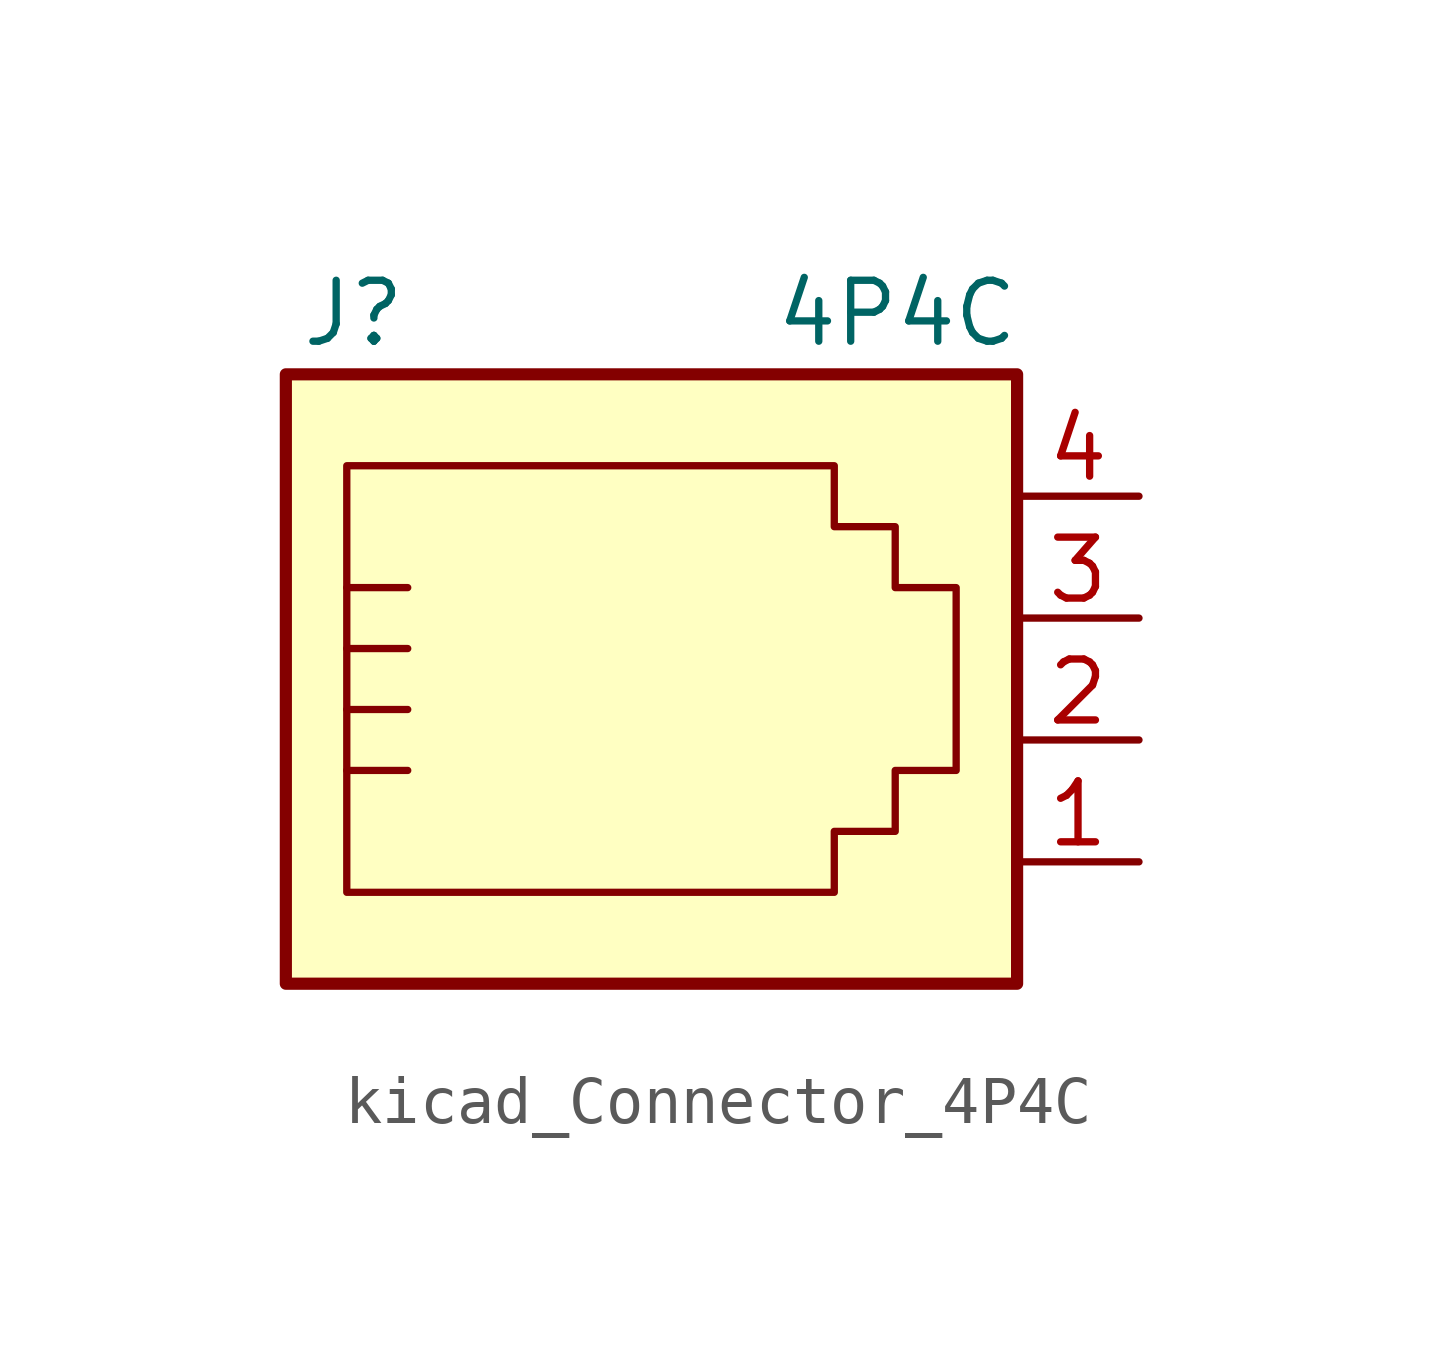
<source format=kicad_sym>
(kicad_symbol_lib
  (version 20220914)
  (generator kicad_symbol_editor)
  (symbol "kicad_Connector_4P4C"
    (pin_names
      (offset 1.016))
    (property "Reference" "J"
      (at -5.08 8.89 0)
      (effects (font (size 1.27 1.27)) (justify right)))
    (property "Value" "4P4C"
      (at 2.54 8.89 0)
      (effects (font (size 1.27 1.27)) (justify left)))
    (symbol "kicad_Connector_4P4C_0_1"
      (polyline (pts (xy -6.35 -0.635) (xy -5.08 -0.635) (xy -5.08 -0.635)) (stroke (width 0) (type default)) (fill (type none)))
      (polyline (pts (xy -6.35 0.635) (xy -5.08 0.635) (xy -5.08 0.635)) (stroke (width 0) (type default)) (fill (type none)))
      (polyline (pts (xy -6.35 1.905) (xy -5.08 1.905) (xy -5.08 1.905)) (stroke (width 0) (type default)) (fill (type none)))
      (polyline (pts (xy -6.35 3.175) (xy -5.08 3.175) (xy -5.08 3.175)) (stroke (width 0) (type default)) (fill (type none)))
      (polyline (pts (xy -6.35 -3.175) (xy -6.35 5.715) (xy -1.27 5.715) (xy 3.81 5.715) (xy 3.81 4.445) (xy 5.08 4.445) (xy 5.08 3.175) (xy 6.35 3.175) (xy 6.35 -0.635) (xy 5.08 -0.635) (xy 5.08 -1.905) (xy 3.81 -1.905) (xy 3.81 -3.175) (xy -6.35 -3.175) (xy -6.35 -3.175)) (stroke (width 0) (type default)) (fill (type none)))
      (rectangle (start 7.62 7.62) (end -7.62 -5.08) (stroke (width 0.254) (type default)) (fill (type background))))
    (symbol "kicad_Connector_4P4C_1_1"
      (pin passive line (at 10.16 -2.54 180) (length 2.54) (name "~" (effects (font (size 1.27 1.27)))) (number "1" (effects (font (size 1.27 1.27)))))
      (pin passive line (at 10.16 0 180) (length 2.54) (name "~" (effects (font (size 1.27 1.27)))) (number "2" (effects (font (size 1.27 1.27)))))
      (pin passive line (at 10.16 2.54 180) (length 2.54) (name "~" (effects (font (size 1.27 1.27)))) (number "3" (effects (font (size 1.27 1.27)))))
      (pin passive line (at 10.16 5.08 180) (length 2.54) (name "~" (effects (font (size 1.27 1.27)))) (number "4" (effects (font (size 1.27 1.27))))))))
</source>
